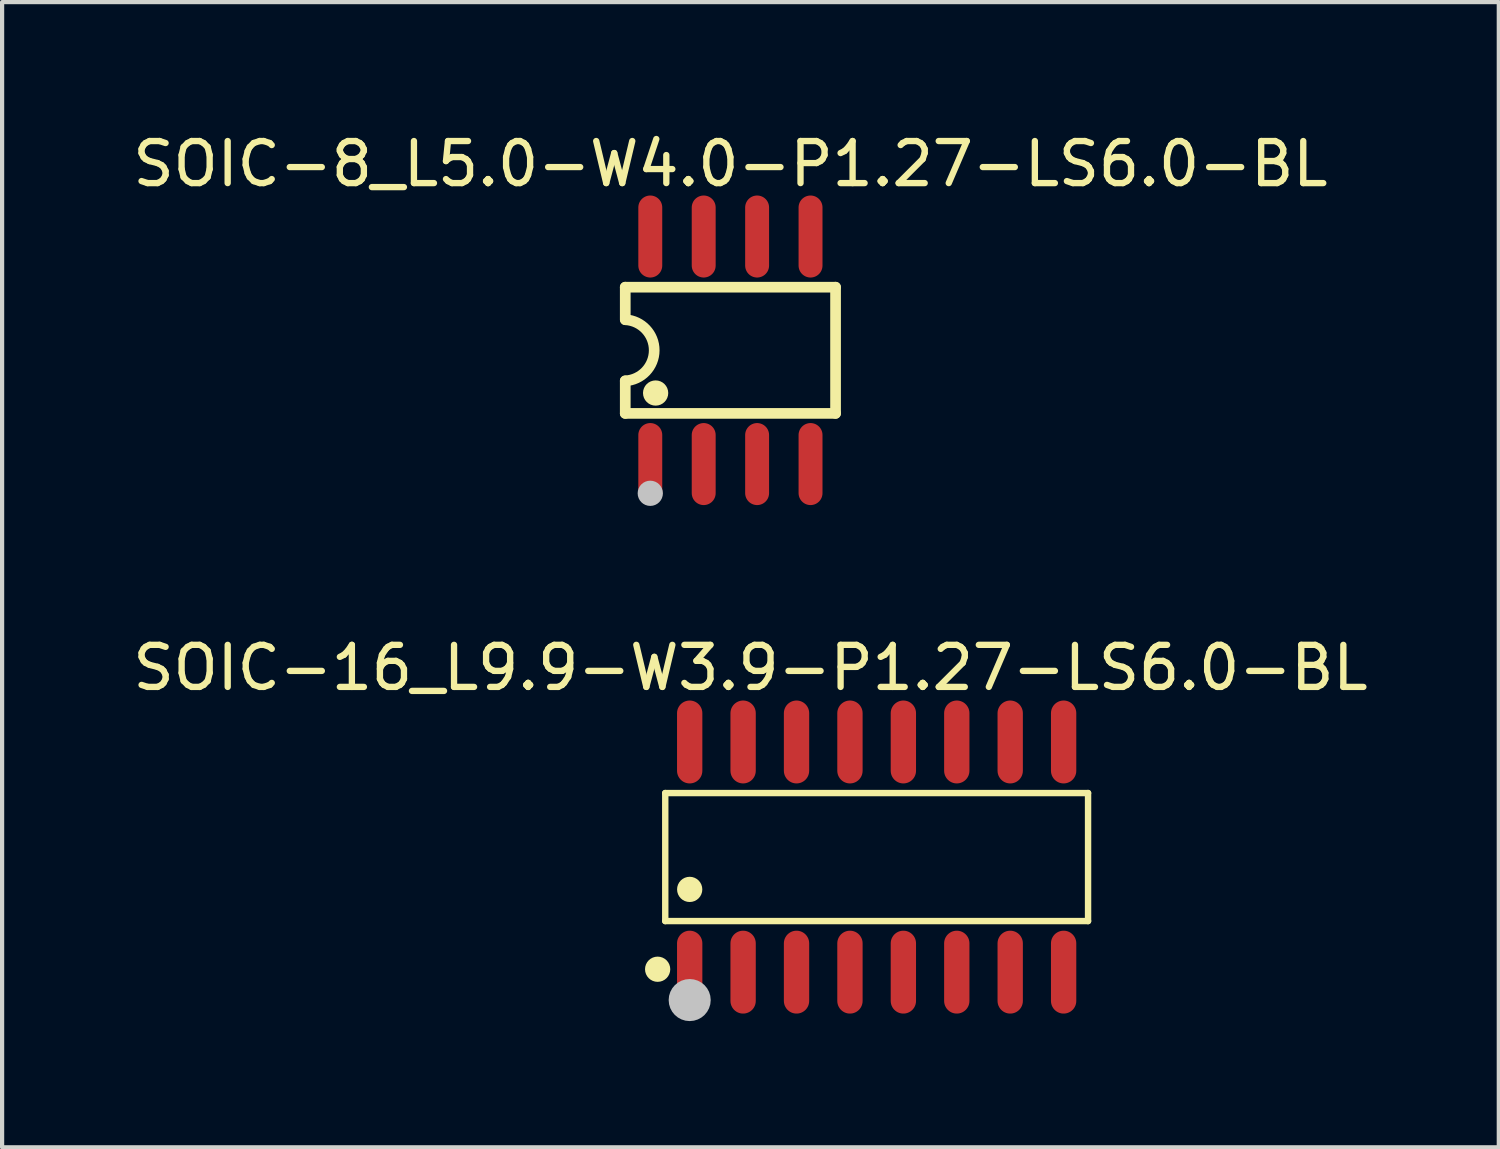
<source format=kicad_pcb>
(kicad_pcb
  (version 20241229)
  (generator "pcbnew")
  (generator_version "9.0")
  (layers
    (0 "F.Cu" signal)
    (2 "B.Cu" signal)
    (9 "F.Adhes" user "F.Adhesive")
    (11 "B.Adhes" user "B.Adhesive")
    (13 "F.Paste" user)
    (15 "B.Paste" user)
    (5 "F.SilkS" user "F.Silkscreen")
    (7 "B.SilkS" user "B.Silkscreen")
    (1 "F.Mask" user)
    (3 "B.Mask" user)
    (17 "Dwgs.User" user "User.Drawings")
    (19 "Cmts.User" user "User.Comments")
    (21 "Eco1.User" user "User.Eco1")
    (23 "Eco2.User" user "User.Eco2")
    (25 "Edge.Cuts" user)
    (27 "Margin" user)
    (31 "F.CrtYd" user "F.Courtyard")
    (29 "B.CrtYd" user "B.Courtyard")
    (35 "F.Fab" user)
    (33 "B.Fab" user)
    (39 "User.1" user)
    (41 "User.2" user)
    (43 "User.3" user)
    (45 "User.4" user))
  (footprint "SOIC-8_L5.0-W4.0-P1.27-LS6.0-BL"
    (layer "F.Cu")
    (at 14.315 5.278)
    (property "Reference" "SOIC-8_L5.0-W4.0-P1.27-LS6.0-BL" (at 0 -4.43 0) (layer "F.SilkS") (effects (font (size 1 1) (thickness 0.15))))
    (fp_line (start -2.5 -1.5) (end -2.5 -0.727) (stroke (width 0.254) (type default)) (layer "F.SilkS"))
    (fp_line (start -2.5 -1.5) (end 2.5 -1.5) (stroke (width 0.254) (type default)) (layer "F.SilkS"))
    (fp_line (start -2.5 1.5) (end -2.5 0.727) (stroke (width 0.254) (type default)) (layer "F.SilkS"))
    (fp_line (start -2.5 1.5) (end 2.5 1.5) (stroke (width 0.254) (type default)) (layer "F.SilkS"))
    (fp_line (start 2.5 -1.5) (end 2.5 1.5) (stroke (width 0.254) (type default)) (layer "F.SilkS"))
    (fp_arc (start -2.495 -0.7265) (mid -1.812112 0.002496) (end -2.5 0.7265) (stroke (width 0.254) (type default)) (layer "F.SilkS"))
    (fp_circle (center -1.778 1.016) (end -1.628 1.016) (stroke (width 0.3) (type default)) (fill no) (layer "F.SilkS"))
    (fp_circle (center -1.905 3.4) (end -1.755 3.4) (stroke (width 0.3) (type default)) (fill no) (layer "Dwgs.User"))
    (fp_poly (pts (xy -2.11 -2.165) (xy -2.11 -3) (xy -1.7 -3) (xy -1.7 -2.165)) (stroke (width 0.1) (type default)) (fill no) (layer "User.1"))
    (fp_poly (pts (xy -2.11 -1.94) (xy -2.11 -2.175) (xy -1.7 -2.175) (xy -1.7 -1.94)) (stroke (width 0.1) (type default)) (fill no) (layer "User.1"))
    (fp_poly (pts (xy -2.11 2.175) (xy -2.11 1.94) (xy -1.7 1.94) (xy -1.7 2.175)) (stroke (width 0.1) (type default)) (fill no) (layer "User.1"))
    (fp_poly (pts (xy -2.11 3) (xy -2.11 2.165) (xy -1.7 2.165) (xy -1.7 3)) (stroke (width 0.1) (type default)) (fill no) (layer "User.1"))
    (fp_poly (pts (xy -0.84 -2.165) (xy -0.84 -3) (xy -0.43 -3) (xy -0.43 -2.165)) (stroke (width 0.1) (type default)) (fill no) (layer "User.1"))
    (fp_poly (pts (xy -0.84 -1.94) (xy -0.84 -2.175) (xy -0.43 -2.175) (xy -0.43 -1.94)) (stroke (width 0.1) (type default)) (fill no) (layer "User.1"))
    (fp_poly (pts (xy -0.84 2.175) (xy -0.84 1.94) (xy -0.43 1.94) (xy -0.43 2.175)) (stroke (width 0.1) (type default)) (fill no) (layer "User.1"))
    (fp_poly (pts (xy -0.84 3) (xy -0.84 2.165) (xy -0.43 2.165) (xy -0.43 3)) (stroke (width 0.1) (type default)) (fill no) (layer "User.1"))
    (fp_poly (pts (xy 0.43 -2.165) (xy 0.43 -3) (xy 0.84 -3) (xy 0.84 -2.165)) (stroke (width 0.1) (type default)) (fill no) (layer "User.1"))
    (fp_poly (pts (xy 0.43 -1.94) (xy 0.43 -2.175) (xy 0.84 -2.175) (xy 0.84 -1.94)) (stroke (width 0.1) (type default)) (fill no) (layer "User.1"))
    (fp_poly (pts (xy 0.43 2.175) (xy 0.43 1.94) (xy 0.84 1.94) (xy 0.84 2.175)) (stroke (width 0.1) (type default)) (fill no) (layer "User.1"))
    (fp_poly (pts (xy 0.43 3) (xy 0.43 2.165) (xy 0.84 2.165) (xy 0.84 3)) (stroke (width 0.1) (type default)) (fill no) (layer "User.1"))
    (fp_poly (pts (xy 1.7 -2.165) (xy 1.7 -3) (xy 2.11 -3) (xy 2.11 -2.165)) (stroke (width 0.1) (type default)) (fill no) (layer "User.1"))
    (fp_poly (pts (xy 1.7 -1.94) (xy 1.7 -2.175) (xy 2.11 -2.175) (xy 2.11 -1.94)) (stroke (width 0.1) (type default)) (fill no) (layer "User.1"))
    (fp_poly (pts (xy 1.7 2.175) (xy 1.7 1.94) (xy 2.11 1.94) (xy 2.11 2.175)) (stroke (width 0.1) (type default)) (fill no) (layer "User.1"))
    (fp_poly (pts (xy 1.7 3) (xy 1.7 2.165) (xy 2.11 2.165) (xy 2.11 3)) (stroke (width 0.1) (type default)) (fill no) (layer "User.1"))
    (fp_line (start -2.5 -2) (end 2.5 -2) (stroke (width 0.051) (type default)) (layer "User.2"))
    (fp_line (start -2.5 2) (end -2.5 -2) (stroke (width 0.051) (type default)) (layer "User.2"))
    (fp_line (start 2.5 -2) (end 2.5 2) (stroke (width 0.051) (type default)) (layer "User.2"))
    (fp_line (start 2.5 2) (end -2.5 2) (stroke (width 0.051) (type default)) (layer "User.2"))
    (fp_poly (pts (xy -2.353 3) (xy -2.371 2.958) (xy -2.413 2.94) (xy -2.455 2.958) (xy -2.473 3) (xy -2.455 3.042) (xy -2.413 3.06) (xy -2.371 3.042)) (stroke (width 0.1) (type default)) (fill no) (layer "User.3"))
    (pad "1" smd oval (at -1.905 2.705) (size 0.569 1.95) (layers "F.Cu" "F.Mask" "F.Paste"))
    (pad "2" smd oval (at -0.635 2.705) (size 0.569 1.95) (layers "F.Cu" "F.Mask" "F.Paste"))
    (pad "3" smd oval (at 0.635 2.705) (size 0.569 1.95) (layers "F.Cu" "F.Mask" "F.Paste"))
    (pad "4" smd oval (at 1.905 2.705) (size 0.569 1.95) (layers "F.Cu" "F.Mask" "F.Paste"))
    (pad "5" smd oval (at 1.905 -2.705) (size 0.569 1.95) (layers "F.Cu" "F.Mask" "F.Paste"))
    (pad "6" smd oval (at 0.635 -2.705) (size 0.569 1.95) (layers "F.Cu" "F.Mask" "F.Paste"))
    (pad "7" smd oval (at -0.635 -2.705) (size 0.569 1.95) (layers "F.Cu" "F.Mask" "F.Paste"))
    (pad "8" smd oval (at -1.905 -2.705) (size 0.569 1.95) (layers "F.Cu" "F.Mask" "F.Paste")))
  (footprint "SOIC-16_L9.9-W3.9-P1.27-LS6.0-BL"
    (layer "F.Cu")
    (at 17.792 17.326)
    (property "Reference" "SOIC-16_L9.9-W3.9-P1.27-LS6.0-BL" (at -3 -4.5 0) (layer "F.SilkS") (effects (font (size 1 1) (thickness 0.15))))
    (fp_line (start -5.026 -1.522) (end 5.026 -1.522) (stroke (width 0.152) (type default)) (layer "F.SilkS"))
    (fp_line (start -5.026 1.522) (end -5.026 -1.522) (stroke (width 0.152) (type default)) (layer "F.SilkS"))
    (fp_line (start 5.026 -1.522) (end 5.026 1.522) (stroke (width 0.152) (type default)) (layer "F.SilkS"))
    (fp_line (start 5.026 1.522) (end -5.026 1.522) (stroke (width 0.152) (type default)) (layer "F.SilkS"))
    (fp_circle (center -5.207 2.667) (end -5.057 2.667) (stroke (width 0.3) (type default)) (fill no) (layer "F.SilkS"))
    (fp_circle (center -4.445 0.769) (end -4.295 0.769) (stroke (width 0.3) (type default)) (fill no) (layer "F.SilkS"))
    (fp_circle (center -4.445 3.4) (end -4.195 3.4) (stroke (width 0.5) (type default)) (fill no) (layer "Dwgs.User"))
    (fp_poly (pts (xy -4.66 -3) (xy -4.66 -2.3) (xy -4.23 -2.3) (xy -4.23 -3)) (stroke (width 0.1) (type default)) (fill no) (layer "User.1"))
    (fp_poly (pts (xy -4.66 -2.31) (xy -4.66 -1.94) (xy -4.23 -1.94) (xy -4.23 -2.31)) (stroke (width 0.1) (type default)) (fill no) (layer "User.1"))
    (fp_poly (pts (xy -4.66 2.31) (xy -4.66 1.94) (xy -4.23 1.94) (xy -4.23 2.31)) (stroke (width 0.1) (type default)) (fill no) (layer "User.1"))
    (fp_poly (pts (xy -4.66 3) (xy -4.66 2.3) (xy -4.23 2.3) (xy -4.23 3)) (stroke (width 0.1) (type default)) (fill no) (layer "User.1"))
    (fp_poly (pts (xy -3.39 -3) (xy -3.39 -2.3) (xy -2.96 -2.3) (xy -2.96 -3)) (stroke (width 0.1) (type default)) (fill no) (layer "User.1"))
    (fp_poly (pts (xy -3.39 -2.31) (xy -3.39 -1.94) (xy -2.96 -1.94) (xy -2.96 -2.31)) (stroke (width 0.1) (type default)) (fill no) (layer "User.1"))
    (fp_poly (pts (xy -3.39 2.31) (xy -3.39 1.94) (xy -2.96 1.94) (xy -2.96 2.31)) (stroke (width 0.1) (type default)) (fill no) (layer "User.1"))
    (fp_poly (pts (xy -3.39 3) (xy -3.39 2.3) (xy -2.96 2.3) (xy -2.96 3)) (stroke (width 0.1) (type default)) (fill no) (layer "User.1"))
    (fp_poly (pts (xy -2.12 -3) (xy -2.12 -2.3) (xy -1.69 -2.3) (xy -1.69 -3)) (stroke (width 0.1) (type default)) (fill no) (layer "User.1"))
    (fp_poly (pts (xy -2.12 -2.31) (xy -2.12 -1.94) (xy -1.69 -1.94) (xy -1.69 -2.31)) (stroke (width 0.1) (type default)) (fill no) (layer "User.1"))
    (fp_poly (pts (xy -2.12 2.31) (xy -2.12 1.94) (xy -1.69 1.94) (xy -1.69 2.31)) (stroke (width 0.1) (type default)) (fill no) (layer "User.1"))
    (fp_poly (pts (xy -2.12 3) (xy -2.12 2.3) (xy -1.69 2.3) (xy -1.69 3)) (stroke (width 0.1) (type default)) (fill no) (layer "User.1"))
    (fp_poly (pts (xy -0.85 -3) (xy -0.85 -2.3) (xy -0.42 -2.3) (xy -0.42 -3)) (stroke (width 0.1) (type default)) (fill no) (layer "User.1"))
    (fp_poly (pts (xy -0.85 -2.31) (xy -0.85 -1.94) (xy -0.42 -1.94) (xy -0.42 -2.31)) (stroke (width 0.1) (type default)) (fill no) (layer "User.1"))
    (fp_poly (pts (xy -0.85 2.31) (xy -0.85 1.94) (xy -0.42 1.94) (xy -0.42 2.31)) (stroke (width 0.1) (type default)) (fill no) (layer "User.1"))
    (fp_poly (pts (xy -0.85 3) (xy -0.85 2.3) (xy -0.42 2.3) (xy -0.42 3)) (stroke (width 0.1) (type default)) (fill no) (layer "User.1"))
    (fp_poly (pts (xy 0.42 -3) (xy 0.42 -2.3) (xy 0.85 -2.3) (xy 0.85 -3)) (stroke (width 0.1) (type default)) (fill no) (layer "User.1"))
    (fp_poly (pts (xy 0.42 -2.31) (xy 0.42 -1.94) (xy 0.85 -1.94) (xy 0.85 -2.31)) (stroke (width 0.1) (type default)) (fill no) (layer "User.1"))
    (fp_poly (pts (xy 0.42 2.31) (xy 0.42 1.94) (xy 0.85 1.94) (xy 0.85 2.31)) (stroke (width 0.1) (type default)) (fill no) (layer "User.1"))
    (fp_poly (pts (xy 0.42 3) (xy 0.42 2.3) (xy 0.85 2.3) (xy 0.85 3)) (stroke (width 0.1) (type default)) (fill no) (layer "User.1"))
    (fp_poly (pts (xy 1.69 -3) (xy 1.69 -2.3) (xy 2.12 -2.3) (xy 2.12 -3)) (stroke (width 0.1) (type default)) (fill no) (layer "User.1"))
    (fp_poly (pts (xy 1.69 -2.31) (xy 1.69 -1.94) (xy 2.12 -1.94) (xy 2.12 -2.31)) (stroke (width 0.1) (type default)) (fill no) (layer "User.1"))
    (fp_poly (pts (xy 1.69 2.31) (xy 1.69 1.94) (xy 2.12 1.94) (xy 2.12 2.31)) (stroke (width 0.1) (type default)) (fill no) (layer "User.1"))
    (fp_poly (pts (xy 1.69 3) (xy 1.69 2.3) (xy 2.12 2.3) (xy 2.12 3)) (stroke (width 0.1) (type default)) (fill no) (layer "User.1"))
    (fp_poly (pts (xy 2.96 -3) (xy 2.96 -2.3) (xy 3.39 -2.3) (xy 3.39 -3)) (stroke (width 0.1) (type default)) (fill no) (layer "User.1"))
    (fp_poly (pts (xy 2.96 -2.31) (xy 2.96 -1.94) (xy 3.39 -1.94) (xy 3.39 -2.31)) (stroke (width 0.1) (type default)) (fill no) (layer "User.1"))
    (fp_poly (pts (xy 2.96 2.31) (xy 2.96 1.94) (xy 3.39 1.94) (xy 3.39 2.31)) (stroke (width 0.1) (type default)) (fill no) (layer "User.1"))
    (fp_poly (pts (xy 2.96 3) (xy 2.96 2.3) (xy 3.39 2.3) (xy 3.39 3)) (stroke (width 0.1) (type default)) (fill no) (layer "User.1"))
    (fp_poly (pts (xy 4.23 -3) (xy 4.23 -2.3) (xy 4.66 -2.3) (xy 4.66 -3)) (stroke (width 0.1) (type default)) (fill no) (layer "User.1"))
    (fp_poly (pts (xy 4.23 -2.31) (xy 4.23 -1.94) (xy 4.66 -1.94) (xy 4.66 -2.31)) (stroke (width 0.1) (type default)) (fill no) (layer "User.1"))
    (fp_poly (pts (xy 4.23 2.31) (xy 4.23 1.94) (xy 4.66 1.94) (xy 4.66 2.31)) (stroke (width 0.1) (type default)) (fill no) (layer "User.1"))
    (fp_poly (pts (xy 4.23 3) (xy 4.23 2.3) (xy 4.66 2.3) (xy 4.66 3)) (stroke (width 0.1) (type default)) (fill no) (layer "User.1"))
    (fp_line (start -4.95 -1.95) (end 4.95 -1.95) (stroke (width 0.051) (type default)) (layer "User.2"))
    (fp_line (start -4.95 1.95) (end -4.95 -1.95) (stroke (width 0.051) (type default)) (layer "User.2"))
    (fp_line (start 4.95 -1.95) (end 4.95 1.95) (stroke (width 0.051) (type default)) (layer "User.2"))
    (fp_line (start 4.95 1.95) (end -4.95 1.95) (stroke (width 0.051) (type default)) (layer "User.2"))
    (fp_poly (pts (xy -4.89 3) (xy -4.908 2.958) (xy -4.95 2.94) (xy -4.992 2.958) (xy -5.01 3) (xy -4.992 3.042) (xy -4.95 3.06) (xy -4.908 3.042)) (stroke (width 0.1) (type default)) (fill no) (layer "User.3"))
    (pad "1" smd oval (at -4.445 2.736) (size 0.602 1.971) (layers "F.Cu" "F.Mask" "F.Paste"))
    (pad "2" smd oval (at -3.175 2.736) (size 0.602 1.971) (layers "F.Cu" "F.Mask" "F.Paste"))
    (pad "3" smd oval (at -1.905 2.736) (size 0.602 1.971) (layers "F.Cu" "F.Mask" "F.Paste"))
    (pad "4" smd oval (at -0.635 2.736) (size 0.602 1.971) (layers "F.Cu" "F.Mask" "F.Paste"))
    (pad "5" smd oval (at 0.635 2.736) (size 0.602 1.971) (layers "F.Cu" "F.Mask" "F.Paste"))
    (pad "6" smd oval (at 1.905 2.736) (size 0.602 1.971) (layers "F.Cu" "F.Mask" "F.Paste"))
    (pad "7" smd oval (at 3.175 2.736) (size 0.602 1.971) (layers "F.Cu" "F.Mask" "F.Paste"))
    (pad "8" smd oval (at 4.445 2.736) (size 0.602 1.971) (layers "F.Cu" "F.Mask" "F.Paste"))
    (pad "9" smd oval (at 4.445 -2.736) (size 0.602 1.971) (layers "F.Cu" "F.Mask" "F.Paste"))
    (pad "10" smd oval (at 3.175 -2.736) (size 0.602 1.971) (layers "F.Cu" "F.Mask" "F.Paste"))
    (pad "11" smd oval (at 1.905 -2.736) (size 0.602 1.971) (layers "F.Cu" "F.Mask" "F.Paste"))
    (pad "12" smd oval (at 0.635 -2.736) (size 0.602 1.971) (layers "F.Cu" "F.Mask" "F.Paste"))
    (pad "13" smd oval (at -0.635 -2.736) (size 0.602 1.971) (layers "F.Cu" "F.Mask" "F.Paste"))
    (pad "14" smd oval (at -1.905 -2.736) (size 0.602 1.971) (layers "F.Cu" "F.Mask" "F.Paste"))
    (pad "15" smd oval (at -3.175 -2.736) (size 0.602 1.971) (layers "F.Cu" "F.Mask" "F.Paste"))
    (pad "16" smd oval (at -4.445 -2.736) (size 0.602 1.971) (layers "F.Cu" "F.Mask" "F.Paste")))
  (gr_rect
    (start -3 -3)
    (end 32.583 24.227)
    (stroke (width 0.1) (type default))
    (fill no)
    (layer "Edge.Cuts")))
</source>
